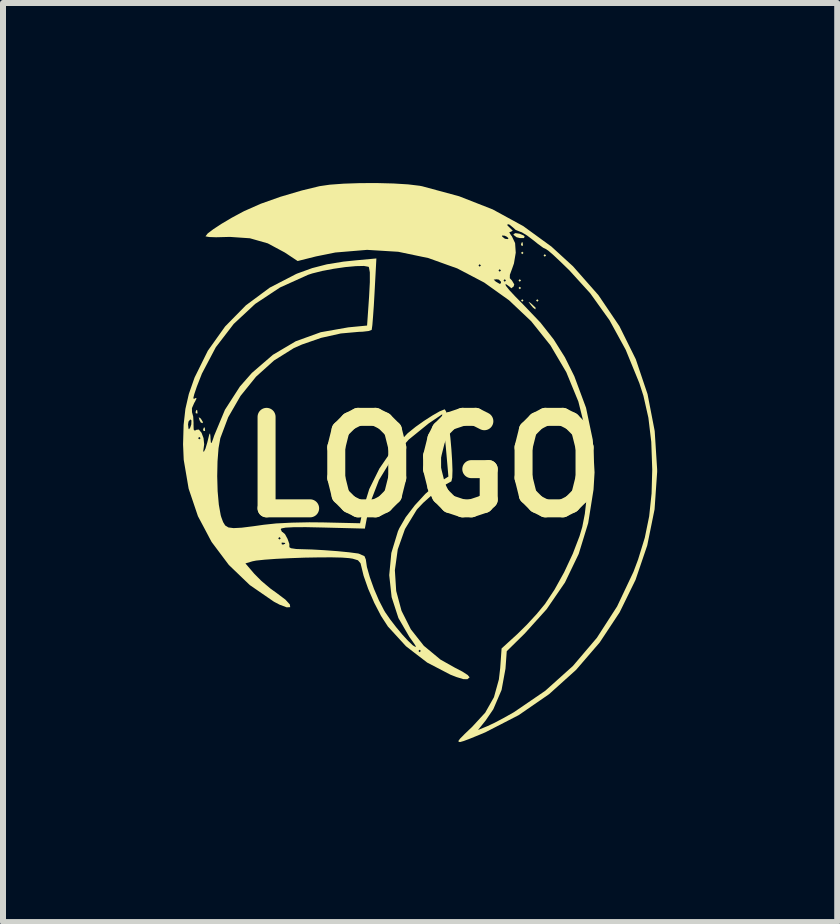
<source format=kicad_pcb>
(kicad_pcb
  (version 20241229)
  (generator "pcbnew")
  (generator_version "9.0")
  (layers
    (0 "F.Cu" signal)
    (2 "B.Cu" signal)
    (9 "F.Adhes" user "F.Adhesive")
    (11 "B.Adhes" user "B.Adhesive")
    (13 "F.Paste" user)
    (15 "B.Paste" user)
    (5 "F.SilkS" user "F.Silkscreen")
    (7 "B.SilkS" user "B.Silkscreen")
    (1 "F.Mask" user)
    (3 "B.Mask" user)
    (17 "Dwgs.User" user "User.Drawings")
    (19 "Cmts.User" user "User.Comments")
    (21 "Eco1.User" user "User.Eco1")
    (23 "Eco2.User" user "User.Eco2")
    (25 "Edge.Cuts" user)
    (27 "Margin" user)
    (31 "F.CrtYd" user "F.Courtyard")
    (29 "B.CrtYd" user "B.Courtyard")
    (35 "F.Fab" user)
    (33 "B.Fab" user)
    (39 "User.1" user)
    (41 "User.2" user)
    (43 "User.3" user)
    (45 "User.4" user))
  (footprint "LOGO"
    (layer "F.Cu")
    (at 4.004 4.73)
    (property "Reference" "LOGO" (at 0 0 0) (layer "F.SilkS") (effects (font (size 1.524 1.524) (thickness 0.3))))
    (attr board_only exclude_from_pos_files exclude_from_bom)
    (fp_poly (pts (xy 1.627 -3.107) (xy 1.606 -3.086) (xy 1.585 -3.107) (xy 1.606 -3.128)) (stroke (width 0) (type solid)) (fill yes) (layer "F.SilkS"))
    (fp_poly (pts (xy 1.627 -2.982) (xy 1.606 -2.961) (xy 1.585 -2.982) (xy 1.606 -3.003)) (stroke (width 0) (type solid)) (fill yes) (layer "F.SilkS"))
    (fp_poly (pts (xy 1.668 -3.566) (xy 1.647 -3.545) (xy 1.627 -3.566) (xy 1.647 -3.587)) (stroke (width 0) (type solid)) (fill yes) (layer "F.SilkS"))
    (fp_poly (pts (xy 1.668 -2.774) (xy 1.647 -2.753) (xy 1.627 -2.774) (xy 1.647 -2.794)) (stroke (width 0) (type solid)) (fill yes) (layer "F.SilkS"))
    (fp_poly (pts (xy 1.919 -2.774) (xy 1.898 -2.753) (xy 1.877 -2.774) (xy 1.898 -2.794)) (stroke (width 0) (type solid)) (fill yes) (layer "F.SilkS"))
    (fp_poly (pts (xy 2.044 -3.524) (xy 2.023 -3.503) (xy 2.002 -3.524) (xy 2.023 -3.545)) (stroke (width 0) (type solid)) (fill yes) (layer "F.SilkS"))
    (fp_poly (pts (xy -3.768 -0.945) (xy -3.763 -0.896) (xy -3.768 -0.89) (xy -3.792 -0.895) (xy -3.795 -0.918) (xy -3.78 -0.952)) (stroke (width 0) (type solid)) (fill yes) (layer "F.SilkS"))
    (fp_poly (pts (xy -3.642 -0.653) (xy -3.637 -0.604) (xy -3.642 -0.598) (xy -3.667 -0.604) (xy -3.67 -0.626) (xy -3.655 -0.66)) (stroke (width 0) (type solid)) (fill yes) (layer "F.SilkS"))
    (fp_poly (pts (xy 1.654 -3.74) (xy 1.659 -3.69) (xy 1.654 -3.684) (xy 1.63 -3.69) (xy 1.627 -3.712) (xy 1.642 -3.746)) (stroke (width 0) (type solid)) (fill yes) (layer "F.SilkS"))
    (fp_poly (pts (xy -3.712 -0.809) (xy -3.707 -0.804) (xy -3.674 -0.749) (xy -3.678 -0.729) (xy -3.709 -0.741) (xy -3.73 -0.78) (xy -3.743 -0.829)) (stroke (width 0) (type solid)) (fill yes) (layer "F.SilkS"))
    (fp_poly (pts (xy 1.774 -2.74) (xy 1.804 -2.716) (xy 1.869 -2.655) (xy 1.868 -2.628) (xy 1.861 -2.628) (xy 1.826 -2.656) (xy 1.788 -2.701) (xy 1.752 -2.75)) (stroke (width 0) (type solid)) (fill yes) (layer "F.SilkS"))
    (fp_poly (pts (xy 1.601 -3.886) (xy 1.667 -3.859) (xy 1.688 -3.839) (xy 1.675 -3.813) (xy 1.61 -3.813) (xy 1.554 -3.827) (xy 1.505 -3.864) (xy 1.501 -3.878) (xy 1.533 -3.896)) (stroke (width 0) (type solid)) (fill yes) (layer "F.SilkS"))
    (fp_poly (pts (xy -0.499 -4.723) (xy -0.254 -4.708) (xy -0.063 -4.685) (xy -0.021 -4.677) (xy 0.596 -4.51) (xy 1.155 -4.291) (xy 1.664 -4.013) (xy 2.133 -3.672) (xy 2.493 -3.343) (xy 2.917 -2.862) (xy 3.266 -2.346) (xy 3.539 -1.795) (xy 3.735 -1.213) (xy 3.854 -0.599) (xy 3.895 0.043) (xy 3.895 0.083) (xy 3.852 0.706) (xy 3.73 1.307) (xy 3.535 1.881) (xy 3.27 2.422) (xy 2.938 2.924) (xy 2.545 3.38) (xy 2.094 3.786) (xy 1.588 4.135) (xy 1.033 4.421) (xy 0.952 4.455) (xy 0.781 4.525) (xy 0.673 4.566) (xy 0.613 4.583) (xy 0.588 4.58) (xy 0.584 4.564) (xy 0.612 4.526) (xy 0.688 4.449) (xy 0.757 4.383) (xy 0.91 4.383) (xy 1.07 4.317) (xy 1.187 4.262) (xy 1.342 4.18) (xy 1.503 4.089) (xy 1.51 4.085) (xy 2.031 3.729) (xy 2.491 3.316) (xy 2.891 2.846) (xy 3.228 2.323) (xy 3.5 1.748) (xy 3.577 1.543) (xy 3.689 1.179) (xy 3.762 0.822) (xy 3.802 0.442) (xy 3.813 0.042) (xy 3.797 -0.417) (xy 3.749 -0.819) (xy 3.666 -1.186) (xy 3.598 -1.397) (xy 3.371 -1.952) (xy 3.101 -2.445) (xy 2.78 -2.893) (xy 2.433 -3.275) (xy 2.292 -3.412) (xy 2.172 -3.525) (xy 2.085 -3.601) (xy 2.044 -3.629) (xy 2.044 -3.629) (xy 1.995 -3.653) (xy 1.907 -3.717) (xy 1.835 -3.775) (xy 1.728 -3.856) (xy 1.641 -3.909) (xy 1.607 -3.921) (xy 1.537 -3.95) (xy 1.501 -3.983) (xy 1.437 -4.036) (xy 1.405 -4.046) (xy 1.399 -4.026) (xy 1.441 -3.984) (xy 1.489 -3.937) (xy 1.464 -3.922) (xy 1.431 -3.909) (xy 1.459 -3.862) (xy 1.474 -3.844) (xy 1.528 -3.73) (xy 1.539 -3.57) (xy 1.509 -3.391) (xy 1.479 -3.305) (xy 1.441 -3.202) (xy 1.44 -3.145) (xy 1.476 -3.106) (xy 1.514 -3.042) (xy 1.504 -3.007) (xy 1.464 -2.977) (xy 1.442 -2.999) (xy 1.383 -3.042) (xy 1.366 -3.045) (xy 1.375 -3.018) (xy 1.434 -2.944) (xy 1.535 -2.836) (xy 1.666 -2.703) (xy 1.67 -2.699) (xy 1.949 -2.407) (xy 2.171 -2.125) (xy 2.358 -1.827) (xy 2.515 -1.511) (xy 2.71 -0.986) (xy 2.822 -0.453) (xy 2.852 0.091) (xy 2.835 0.377) (xy 2.746 0.935) (xy 2.588 1.449) (xy 2.359 1.925) (xy 2.054 2.37) (xy 1.688 2.776) (xy 1.389 3.07) (xy 1.368 3.361) (xy 1.303 3.715) (xy 1.165 4.037) (xy 1.037 4.225) (xy 0.91 4.383) (xy 0.757 4.383) (xy 0.795 4.347) (xy 0.811 4.332) (xy 1.03 4.094) (xy 1.176 3.836) (xy 1.258 3.54) (xy 1.28 3.351) (xy 1.303 3.024) (xy 1.566 2.784) (xy 1.723 2.629) (xy 1.887 2.451) (xy 2.022 2.288) (xy 2.026 2.283) (xy 2.185 2.044) (xy 2.345 1.755) (xy 2.489 1.447) (xy 2.602 1.152) (xy 2.647 1.001) (xy 2.69 0.781) (xy 2.721 0.507) (xy 2.74 0.207) (xy 2.746 -0.093) (xy 2.736 -0.364) (xy 2.714 -0.563) (xy 2.582 -1.09) (xy 2.381 -1.579) (xy 2.117 -2.026) (xy 1.797 -2.427) (xy 1.427 -2.777) (xy 1.014 -3.072) (xy 0.921 -3.121) (xy 1.172 -3.121) (xy 1.202 -3.092) (xy 1.21 -3.086) (xy 1.272 -3.05) (xy 1.292 -3.061) (xy 1.293 -3.086) (xy 1.272 -3.107) (xy 1.335 -3.107) (xy 1.356 -3.086) (xy 1.376 -3.107) (xy 1.356 -3.128) (xy 1.335 -3.107) (xy 1.272 -3.107) (xy 1.259 -3.121) (xy 1.22 -3.127) (xy 1.172 -3.121) (xy 0.921 -3.121) (xy 0.629 -3.274) (xy 1.251 -3.274) (xy 1.272 -3.253) (xy 1.293 -3.274) (xy 1.272 -3.295) (xy 1.251 -3.274) (xy 0.629 -3.274) (xy 0.564 -3.308) (xy 0.426 -3.357) (xy 0.918 -3.357) (xy 0.938 -3.337) (xy 0.959 -3.357) (xy 0.938 -3.378) (xy 0.918 -3.357) (xy 0.426 -3.357) (xy 0.084 -3.48) (xy -0.418 -3.585) (xy -0.938 -3.617) (xy -1.467 -3.573) (xy -1.788 -3.508) (xy -2.095 -3.431) (xy -2.309 -3.573) (xy -2.592 -3.725) (xy -2.89 -3.81) (xy -3.224 -3.833) (xy -3.299 -3.831) (xy -3.453 -3.827) (xy -3.568 -3.831) (xy -3.626 -3.841) (xy -3.629 -3.845) (xy -3.62 -3.856) (xy 1.31 -3.856) (xy 1.314 -3.837) (xy 1.359 -3.802) (xy 1.407 -3.796) (xy 1.418 -3.812) (xy 1.385 -3.839) (xy 1.353 -3.853) (xy 1.31 -3.856) (xy -3.62 -3.856) (xy -3.594 -3.89) (xy -3.499 -3.962) (xy -3.36 -4.053) (xy -3.191 -4.153) (xy -3.007 -4.252) (xy -2.981 -4.265) (xy -2.71 -4.385) (xy -2.383 -4.501) (xy -2.027 -4.606) (xy -1.731 -4.678) (xy -1.559 -4.703) (xy -1.327 -4.72) (xy -1.058 -4.729) (xy -0.774 -4.73)) (stroke (width 0) (type solid)) (fill yes) (layer "F.SilkS"))
    (fp_poly (pts (xy -0.814 -2.894) (xy -0.826 -2.682) (xy -0.839 -2.5) (xy -0.85 -2.364) (xy -0.86 -2.291) (xy -0.862 -2.283) (xy -0.911 -2.265) (xy -1.015 -2.253) (xy -1.076 -2.251) (xy -1.376 -2.224) (xy -1.703 -2.151) (xy -2.023 -2.04) (xy -2.16 -1.979) (xy -2.488 -1.774) (xy -2.788 -1.504) (xy -3.047 -1.183) (xy -3.252 -0.828) (xy -3.383 -0.48) (xy -3.413 -0.312) (xy -3.43 -0.092) (xy -3.435 0.155) (xy -3.428 0.404) (xy -3.408 0.629) (xy -3.377 0.802) (xy -3.368 0.834) (xy -3.337 0.918) (xy -3.302 0.975) (xy -3.248 1.008) (xy -3.161 1.019) (xy -3.028 1.012) (xy -2.836 0.988) (xy -2.659 0.963) (xy -2.453 0.941) (xy -2.192 0.928) (xy -1.901 0.922) (xy -1.675 0.924) (xy -1.055 0.938) (xy -1.007 0.709) (xy -0.902 0.369) (xy -0.733 0.027) (xy -0.515 -0.291) (xy -0.265 -0.558) (xy -0.25 -0.571) (xy -0.13 -0.668) (xy 0.011 -0.768) (xy 0.151 -0.858) (xy 0.27 -0.926) (xy 0.348 -0.958) (xy 0.357 -0.959) (xy 0.38 -0.921) (xy 0.405 -0.816) (xy 0.428 -0.665) (xy 0.45 -0.484) (xy 0.467 -0.291) (xy 0.479 -0.104) (xy 0.485 0.058) (xy 0.481 0.178) (xy 0.467 0.239) (xy 0.463 0.242) (xy 0.379 0.288) (xy 0.258 0.375) (xy 0.124 0.484) (xy -0.002 0.597) (xy -0.096 0.696) (xy -0.111 0.714) (xy -0.307 1.035) (xy -0.427 1.374) (xy -0.475 1.721) (xy -0.453 2.066) (xy -0.364 2.397) (xy -0.209 2.705) (xy 0.008 2.98) (xy 0.286 3.21) (xy 0.522 3.343) (xy 0.651 3.41) (xy 0.739 3.467) (xy 0.77 3.505) (xy 0.769 3.507) (xy 0.732 3.537) (xy 0.665 3.535) (xy 0.55 3.5) (xy 0.451 3.461) (xy 0.063 3.259) (xy -0.188 3.066) (xy -0.083 3.066) (xy -0.063 3.086) (xy -0.042 3.066) (xy -0.063 3.045) (xy -0.083 3.066) (xy -0.188 3.066) (xy -0.29 2.987) (xy -0.594 2.655) (xy -0.595 2.652) (xy -0.706 2.481) (xy -0.819 2.263) (xy -0.92 2.03) (xy -0.996 1.813) (xy -1.023 1.702) (xy -1.047 1.605) (xy -1.09 1.555) (xy -1.179 1.528) (xy -1.239 1.519) (xy -1.355 1.51) (xy -1.53 1.506) (xy -1.746 1.507) (xy -1.983 1.511) (xy -2.225 1.52) (xy -2.452 1.531) (xy -2.645 1.545) (xy -2.788 1.56) (xy -2.848 1.572) (xy -2.965 1.607) (xy -2.818 1.779) (xy -2.699 1.899) (xy -2.547 2.027) (xy -2.44 2.104) (xy -2.298 2.211) (xy -2.225 2.291) (xy -2.219 2.336) (xy -2.277 2.339) (xy -2.397 2.294) (xy -2.49 2.245) (xy -2.892 1.968) (xy -3.241 1.633) (xy -3.517 1.265) (xy -2.363 1.265) (xy -2.358 1.29) (xy -2.336 1.293) (xy -2.301 1.278) (xy -2.308 1.265) (xy -2.357 1.26) (xy -2.363 1.265) (xy -3.517 1.265) (xy -3.53 1.247) (xy -3.561 1.189) (xy -2.419 1.189) (xy -2.398 1.21) (xy -2.377 1.189) (xy -2.398 1.168) (xy -2.419 1.189) (xy -3.561 1.189) (xy -3.641 1.037) (xy -2.377 1.037) (xy -2.356 1.082) (xy -2.346 1.085) (xy -2.306 1.119) (xy -2.263 1.198) (xy -2.233 1.283) (xy -2.233 1.337) (xy -2.206 1.354) (xy -2.119 1.367) (xy -2.033 1.37) (xy -1.858 1.375) (xy -1.648 1.387) (xy -1.432 1.403) (xy -1.238 1.422) (xy -1.093 1.441) (xy -1.074 1.445) (xy -0.981 1.487) (xy -0.959 1.542) (xy -0.941 1.666) (xy -0.892 1.837) (xy -0.823 2.031) (xy -0.741 2.222) (xy -0.657 2.385) (xy -0.638 2.418) (xy -0.554 2.539) (xy -0.454 2.669) (xy -0.35 2.794) (xy -0.253 2.899) (xy -0.176 2.972) (xy -0.132 2.999) (xy -0.125 2.99) (xy -0.148 2.952) (xy -0.204 2.872) (xy -0.232 2.834) (xy -0.416 2.517) (xy -0.529 2.169) (xy -0.569 1.803) (xy -0.534 1.433) (xy -0.424 1.072) (xy -0.401 1.021) (xy -0.295 0.838) (xy -0.142 0.638) (xy 0.032 0.449) (xy 0.206 0.296) (xy 0.278 0.246) (xy 0.417 0.16) (xy 0.391 -0.139) (xy 0.374 -0.33) (xy 0.354 -0.524) (xy 0.339 -0.657) (xy 0.313 -0.877) (xy 0.088 -0.725) (xy -0.244 -0.456) (xy -0.523 -0.138) (xy -0.74 0.218) (xy -0.886 0.597) (xy -0.924 0.759) (xy -0.975 1.027) (xy -1.676 1.009) (xy -1.957 1.003) (xy -2.162 1.004) (xy -2.295 1.011) (xy -2.364 1.024) (xy -2.377 1.037) (xy -3.641 1.037) (xy -3.756 0.821) (xy -3.911 0.362) (xy -3.993 -0.119) (xy -4.004 -0.378) (xy -4.001 -0.48) (xy -3.754 -0.48) (xy -3.733 -0.459) (xy -3.712 -0.48) (xy -3.733 -0.5) (xy -3.754 -0.48) (xy -4.001 -0.48) (xy -3.995 -0.698) (xy -3.994 -0.709) (xy -3.921 -0.709) (xy -3.914 -0.641) (xy -3.905 -0.626) (xy -3.883 -0.66) (xy -3.867 -0.709) (xy -3.864 -0.776) (xy -3.883 -0.792) (xy -3.913 -0.757) (xy -3.921 -0.709) (xy -3.994 -0.709) (xy -3.965 -0.967) (xy -3.962 -0.98) (xy -3.856 -0.98) (xy -3.855 -0.913) (xy -3.855 -0.913) (xy -3.835 -0.839) (xy -3.829 -0.728) (xy -3.83 -0.716) (xy -3.827 -0.623) (xy -3.807 -0.603) (xy -3.786 -0.618) (xy -3.741 -0.623) (xy -3.696 -0.569) (xy -3.663 -0.48) (xy -3.652 -0.378) (xy -3.659 -0.326) (xy -3.668 -0.262) (xy -3.657 -0.253) (xy -3.631 -0.305) (xy -3.601 -0.406) (xy -3.592 -0.44) (xy -3.568 -0.539) (xy -3.555 -0.561) (xy -3.548 -0.512) (xy -3.547 -0.48) (xy -3.541 -0.406) (xy -3.529 -0.399) (xy -3.505 -0.463) (xy -3.486 -0.521) (xy -3.306 -0.953) (xy -3.057 -1.34) (xy -2.857 -1.567) (xy -2.507 -1.869) (xy -2.127 -2.094) (xy -1.71 -2.245) (xy -1.251 -2.326) (xy -1.251 -2.326) (xy -0.938 -2.356) (xy -0.905 -2.832) (xy -0.892 -3.078) (xy -0.892 -3.242) (xy -0.907 -3.325) (xy -0.914 -3.335) (xy -0.99 -3.349) (xy -1.125 -3.346) (xy -1.3 -3.33) (xy -1.493 -3.302) (xy -1.684 -3.266) (xy -1.852 -3.224) (xy -1.922 -3.201) (xy -2.389 -2.99) (xy -2.803 -2.716) (xy -3.16 -2.383) (xy -3.458 -1.995) (xy -3.69 -1.555) (xy -3.774 -1.34) (xy -3.817 -1.213) (xy -3.833 -1.149) (xy -3.824 -1.133) (xy -3.791 -1.15) (xy -3.779 -1.141) (xy -3.809 -1.081) (xy -3.816 -1.071) (xy -3.856 -0.98) (xy -3.962 -0.98) (xy -3.908 -1.215) (xy -3.818 -1.473) (xy -3.811 -1.492) (xy -3.591 -1.937) (xy -3.303 -2.341) (xy -2.956 -2.694) (xy -2.559 -2.988) (xy -2.12 -3.215) (xy -2.098 -3.224) (xy -1.853 -3.313) (xy -1.609 -3.376) (xy -1.333 -3.421) (xy -1.111 -3.444) (xy -0.783 -3.474)) (stroke (width 0) (type solid)) (fill yes) (layer "F.SilkS")))
  (gr_rect
    (start -3 -3)
    (end 10.899 12.313)
    (stroke (width 0.1) (type default))
    (fill no)
    (layer "Edge.Cuts")))
</source>
